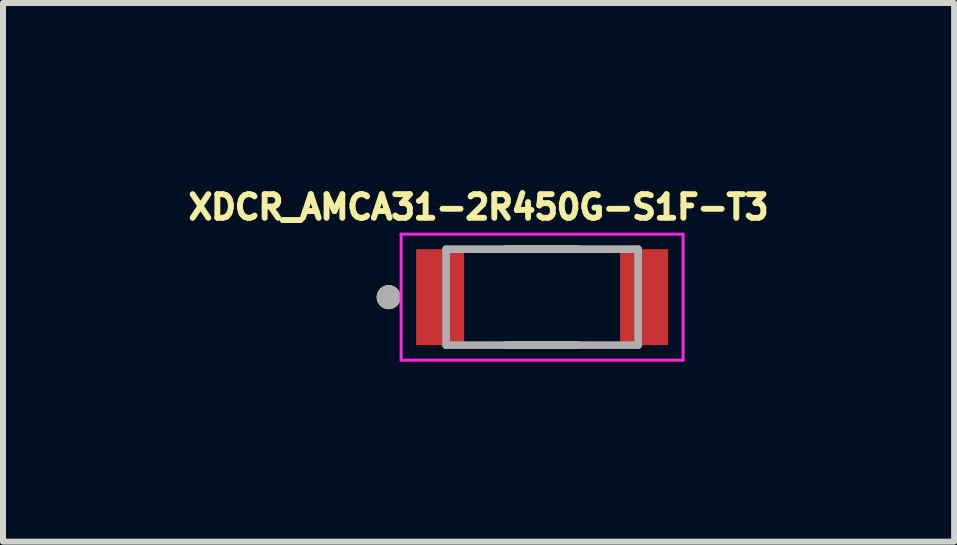
<source format=kicad_pcb>
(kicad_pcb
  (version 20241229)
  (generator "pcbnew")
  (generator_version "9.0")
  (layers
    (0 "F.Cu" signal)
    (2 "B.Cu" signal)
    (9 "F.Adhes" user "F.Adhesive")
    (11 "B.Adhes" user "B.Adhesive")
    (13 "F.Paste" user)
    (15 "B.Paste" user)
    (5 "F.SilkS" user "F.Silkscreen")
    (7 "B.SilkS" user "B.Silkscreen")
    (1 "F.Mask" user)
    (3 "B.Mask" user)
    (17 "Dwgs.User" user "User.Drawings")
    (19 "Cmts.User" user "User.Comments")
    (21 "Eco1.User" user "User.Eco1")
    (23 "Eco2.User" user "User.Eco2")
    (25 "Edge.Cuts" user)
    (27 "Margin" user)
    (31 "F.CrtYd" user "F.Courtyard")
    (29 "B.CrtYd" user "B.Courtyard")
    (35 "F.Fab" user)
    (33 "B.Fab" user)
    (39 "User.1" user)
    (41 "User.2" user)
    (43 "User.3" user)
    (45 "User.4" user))
  (footprint "XDCR_AMCA31-2R450G-S1F-T3"
    (layer "F.Cu")
    (at 5.986 1.903)
    (property "Reference" "XDCR_AMCA31-2R450G-S1F-T3" (at -1.06 -1.5 0) (layer "F.SilkS") (effects (font (size 0.394 0.394) (thickness 0.15))))
    (attr smd)
    (fp_line (start -0.6 -0.8) (end 0.6 -0.8) (stroke (width 0.127) (type solid)) (layer "F.SilkS"))
    (fp_line (start -0.6 0.8) (end 0.6 0.8) (stroke (width 0.127) (type solid)) (layer "F.SilkS"))
    (fp_circle (center -2.558 0) (end -2.458 0) (stroke (width 0.2) (type solid)) (fill no) (layer "F.SilkS"))
    (fp_line (start -2.35 -1.05) (end 2.35 -1.05) (stroke (width 0.05) (type solid)) (layer "F.CrtYd"))
    (fp_line (start -2.35 1.05) (end -2.35 -1.05) (stroke (width 0.05) (type solid)) (layer "F.CrtYd"))
    (fp_line (start -2.35 1.05) (end 2.35 1.05) (stroke (width 0.05) (type solid)) (layer "F.CrtYd"))
    (fp_line (start 2.35 1.05) (end 2.35 -1.05) (stroke (width 0.05) (type solid)) (layer "F.CrtYd"))
    (fp_line (start -1.6 0.8) (end -1.6 -0.8) (stroke (width 0.127) (type solid)) (layer "F.Fab"))
    (fp_line (start 1.6 -0.8) (end -1.6 -0.8) (stroke (width 0.127) (type solid)) (layer "F.Fab"))
    (fp_line (start 1.6 0.8) (end -1.6 0.8) (stroke (width 0.127) (type solid)) (layer "F.Fab"))
    (fp_line (start 1.6 0.8) (end 1.6 -0.8) (stroke (width 0.127) (type solid)) (layer "F.Fab"))
    (fp_circle (center -2.558 0) (end -2.458 0) (stroke (width 0.2) (type solid)) (fill no) (layer "F.Fab"))
    (pad "1" smd rect (at -1.7 0) (size 0.8 1.6) (layers "F.Cu" "F.Mask" "F.Paste"))
    (pad "2" smd rect (at 1.7 0) (size 0.8 1.6) (layers "F.Cu" "F.Mask" "F.Paste")))
  (gr_rect
    (start -3 -3)
    (end 12.853 5.978)
    (stroke (width 0.1) (type default))
    (fill no)
    (layer "Edge.Cuts")))
</source>
